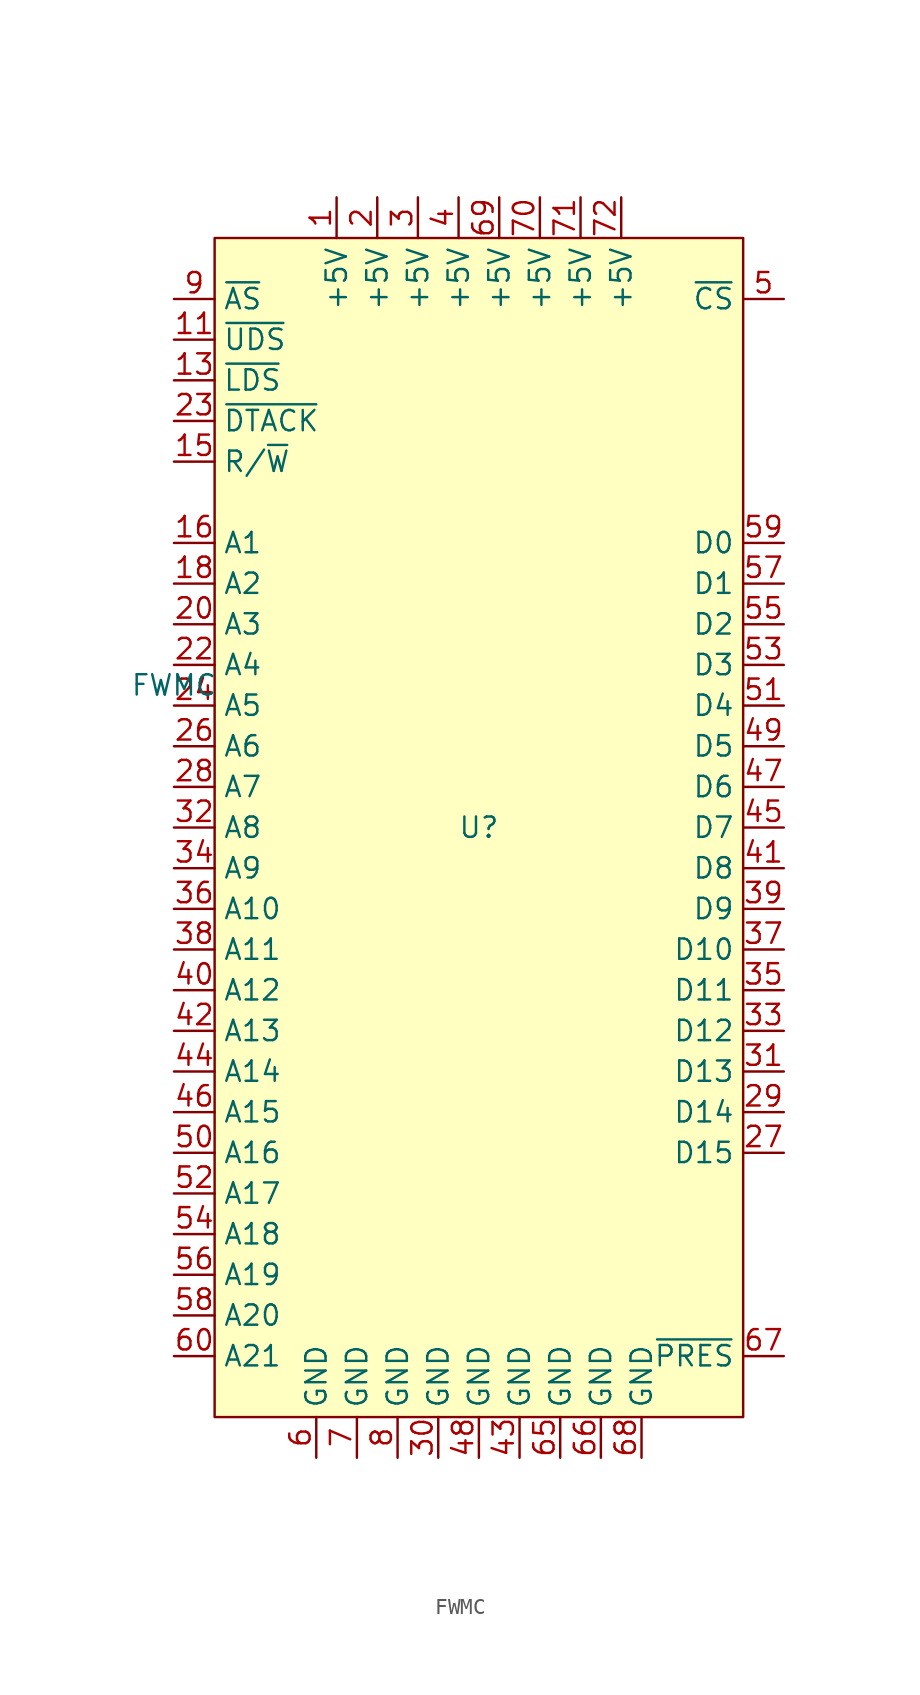
<source format=kicad_sym>
(kicad_symbol_lib
  (version 20220914)
  (generator kicad_symbol_editor)
  (symbol "FWMC"
    (property "Reference" "U"
      (at 0 0 0)
      (effects (font (size 1.27 1.27))))
    (property "Value" "FWMC"
      (at -19.05 8.89 0)
      (effects (font (size 1.27 1.27))))
    (symbol "FWMC_1_1"
      (rectangle (start -16.51 36.83) (end 16.51 -36.83) (stroke (width 0) (type default)) (fill (type background)))
      (pin power_in line (at -8.89 39.37 270) (length 2.54) (name "+5V" (effects (font (size 1.27 1.27)))) (number "1" (effects (font (size 1.27 1.27)))))
      (pin no_connect line (at 19.05 -30.48 180) (length 2.54) hide (name "NC" (effects (font (size 1.27 1.27)))) (number "10" (effects (font (size 1.27 1.27)))))
      (pin input line (at -19.05 30.48 0) (length 2.54) (name "~{UDS}" (effects (font (size 1.27 1.27)))) (number "11" (effects (font (size 1.27 1.27)))))
      (pin no_connect line (at 19.05 -30.48 180) (length 2.54) hide (name "NC" (effects (font (size 1.27 1.27)))) (number "12" (effects (font (size 1.27 1.27)))))
      (pin input line (at -19.05 27.94 0) (length 2.54) (name "~{LDS}" (effects (font (size 1.27 1.27)))) (number "13" (effects (font (size 1.27 1.27)))))
      (pin no_connect line (at 19.05 -30.48 180) (length 2.54) hide (name "NC" (effects (font (size 1.27 1.27)))) (number "14" (effects (font (size 1.27 1.27)))))
      (pin input line (at -19.05 22.86 0) (length 2.54) (name "R/~{W}" (effects (font (size 1.27 1.27)))) (number "15" (effects (font (size 1.27 1.27)))))
      (pin input line (at -19.05 17.78 0) (length 2.54) (name "A1" (effects (font (size 1.27 1.27)))) (number "16" (effects (font (size 1.27 1.27)))))
      (pin no_connect line (at 19.05 -30.48 180) (length 2.54) hide (name "NC" (effects (font (size 1.27 1.27)))) (number "17" (effects (font (size 1.27 1.27)))))
      (pin input line (at -19.05 15.24 0) (length 2.54) (name "A2" (effects (font (size 1.27 1.27)))) (number "18" (effects (font (size 1.27 1.27)))))
      (pin no_connect line (at 19.05 -30.48 180) (length 2.54) hide (name "NC" (effects (font (size 1.27 1.27)))) (number "19" (effects (font (size 1.27 1.27)))))
      (pin power_in line (at -6.35 39.37 270) (length 2.54) (name "+5V" (effects (font (size 1.27 1.27)))) (number "2" (effects (font (size 1.27 1.27)))))
      (pin input line (at -19.05 12.7 0) (length 2.54) (name "A3" (effects (font (size 1.27 1.27)))) (number "20" (effects (font (size 1.27 1.27)))))
      (pin no_connect line (at 19.05 -30.48 180) (length 2.54) hide (name "NC" (effects (font (size 1.27 1.27)))) (number "21" (effects (font (size 1.27 1.27)))))
      (pin input line (at -19.05 10.16 0) (length 2.54) (name "A4" (effects (font (size 1.27 1.27)))) (number "22" (effects (font (size 1.27 1.27)))))
      (pin output line (at -19.05 25.4 0) (length 2.54) (name "~{DTACK}" (effects (font (size 1.27 1.27)))) (number "23" (effects (font (size 1.27 1.27)))))
      (pin input line (at -19.05 7.62 0) (length 2.54) (name "A5" (effects (font (size 1.27 1.27)))) (number "24" (effects (font (size 1.27 1.27)))))
      (pin no_connect line (at 19.05 -30.48 180) (length 2.54) hide (name "NC" (effects (font (size 1.27 1.27)))) (number "25" (effects (font (size 1.27 1.27)))))
      (pin input line (at -19.05 5.08 0) (length 2.54) (name "A6" (effects (font (size 1.27 1.27)))) (number "26" (effects (font (size 1.27 1.27)))))
      (pin bidirectional line (at 19.05 -20.32 180) (length 2.54) (name "D15" (effects (font (size 1.27 1.27)))) (number "27" (effects (font (size 1.27 1.27)))))
      (pin input line (at -19.05 2.54 0) (length 2.54) (name "A7" (effects (font (size 1.27 1.27)))) (number "28" (effects (font (size 1.27 1.27)))))
      (pin bidirectional line (at 19.05 -17.78 180) (length 2.54) (name "D14" (effects (font (size 1.27 1.27)))) (number "29" (effects (font (size 1.27 1.27)))))
      (pin power_in line (at -3.81 39.37 270) (length 2.54) (name "+5V" (effects (font (size 1.27 1.27)))) (number "3" (effects (font (size 1.27 1.27)))))
      (pin power_in line (at -2.54 -39.37 90) (length 2.54) (name "GND" (effects (font (size 1.27 1.27)))) (number "30" (effects (font (size 1.27 1.27)))))
      (pin bidirectional line (at 19.05 -15.24 180) (length 2.54) (name "D13" (effects (font (size 1.27 1.27)))) (number "31" (effects (font (size 1.27 1.27)))))
      (pin input line (at -19.05 0 0) (length 2.54) (name "A8" (effects (font (size 1.27 1.27)))) (number "32" (effects (font (size 1.27 1.27)))))
      (pin bidirectional line (at 19.05 -12.7 180) (length 2.54) (name "D12" (effects (font (size 1.27 1.27)))) (number "33" (effects (font (size 1.27 1.27)))))
      (pin input line (at -19.05 -2.54 0) (length 2.54) (name "A9" (effects (font (size 1.27 1.27)))) (number "34" (effects (font (size 1.27 1.27)))))
      (pin bidirectional line (at 19.05 -10.16 180) (length 2.54) (name "D11" (effects (font (size 1.27 1.27)))) (number "35" (effects (font (size 1.27 1.27)))))
      (pin input line (at -19.05 -5.08 0) (length 2.54) (name "A10" (effects (font (size 1.27 1.27)))) (number "36" (effects (font (size 1.27 1.27)))))
      (pin bidirectional line (at 19.05 -7.62 180) (length 2.54) (name "D10" (effects (font (size 1.27 1.27)))) (number "37" (effects (font (size 1.27 1.27)))))
      (pin input line (at -19.05 -7.62 0) (length 2.54) (name "A11" (effects (font (size 1.27 1.27)))) (number "38" (effects (font (size 1.27 1.27)))))
      (pin bidirectional line (at 19.05 -5.08 180) (length 2.54) (name "D9" (effects (font (size 1.27 1.27)))) (number "39" (effects (font (size 1.27 1.27)))))
      (pin power_in line (at -1.27 39.37 270) (length 2.54) (name "+5V" (effects (font (size 1.27 1.27)))) (number "4" (effects (font (size 1.27 1.27)))))
      (pin input line (at -19.05 -10.16 0) (length 2.54) (name "A12" (effects (font (size 1.27 1.27)))) (number "40" (effects (font (size 1.27 1.27)))))
      (pin bidirectional line (at 19.05 -2.54 180) (length 2.54) (name "D8" (effects (font (size 1.27 1.27)))) (number "41" (effects (font (size 1.27 1.27)))))
      (pin input line (at -19.05 -12.7 0) (length 2.54) (name "A13" (effects (font (size 1.27 1.27)))) (number "42" (effects (font (size 1.27 1.27)))))
      (pin power_in line (at 2.54 -39.37 90) (length 2.54) (name "GND" (effects (font (size 1.27 1.27)))) (number "43" (effects (font (size 1.27 1.27)))))
      (pin input line (at -19.05 -15.24 0) (length 2.54) (name "A14" (effects (font (size 1.27 1.27)))) (number "44" (effects (font (size 1.27 1.27)))))
      (pin bidirectional line (at 19.05 0 180) (length 2.54) (name "D7" (effects (font (size 1.27 1.27)))) (number "45" (effects (font (size 1.27 1.27)))))
      (pin input line (at -19.05 -17.78 0) (length 2.54) (name "A15" (effects (font (size 1.27 1.27)))) (number "46" (effects (font (size 1.27 1.27)))))
      (pin bidirectional line (at 19.05 2.54 180) (length 2.54) (name "D6" (effects (font (size 1.27 1.27)))) (number "47" (effects (font (size 1.27 1.27)))))
      (pin power_in line (at 0 -39.37 90) (length 2.54) (name "GND" (effects (font (size 1.27 1.27)))) (number "48" (effects (font (size 1.27 1.27)))))
      (pin bidirectional line (at 19.05 5.08 180) (length 2.54) (name "D5" (effects (font (size 1.27 1.27)))) (number "49" (effects (font (size 1.27 1.27)))))
      (pin input line (at 19.05 33.02 180) (length 2.54) (name "~{CS}" (effects (font (size 1.27 1.27)))) (number "5" (effects (font (size 1.27 1.27)))))
      (pin input line (at -19.05 -20.32 0) (length 2.54) (name "A16" (effects (font (size 1.27 1.27)))) (number "50" (effects (font (size 1.27 1.27)))))
      (pin bidirectional line (at 19.05 7.62 180) (length 2.54) (name "D4" (effects (font (size 1.27 1.27)))) (number "51" (effects (font (size 1.27 1.27)))))
      (pin input line (at -19.05 -22.86 0) (length 2.54) (name "A17" (effects (font (size 1.27 1.27)))) (number "52" (effects (font (size 1.27 1.27)))))
      (pin bidirectional line (at 19.05 10.16 180) (length 2.54) (name "D3" (effects (font (size 1.27 1.27)))) (number "53" (effects (font (size 1.27 1.27)))))
      (pin input line (at -19.05 -25.4 0) (length 2.54) (name "A18" (effects (font (size 1.27 1.27)))) (number "54" (effects (font (size 1.27 1.27)))))
      (pin bidirectional line (at 19.05 12.7 180) (length 2.54) (name "D2" (effects (font (size 1.27 1.27)))) (number "55" (effects (font (size 1.27 1.27)))))
      (pin input line (at -19.05 -27.94 0) (length 2.54) (name "A19" (effects (font (size 1.27 1.27)))) (number "56" (effects (font (size 1.27 1.27)))))
      (pin bidirectional line (at 19.05 15.24 180) (length 2.54) (name "D1" (effects (font (size 1.27 1.27)))) (number "57" (effects (font (size 1.27 1.27)))))
      (pin input line (at -19.05 -30.48 0) (length 2.54) (name "A20" (effects (font (size 1.27 1.27)))) (number "58" (effects (font (size 1.27 1.27)))))
      (pin bidirectional line (at 19.05 17.78 180) (length 2.54) (name "D0" (effects (font (size 1.27 1.27)))) (number "59" (effects (font (size 1.27 1.27)))))
      (pin power_in line (at -10.16 -39.37 90) (length 2.54) (name "GND" (effects (font (size 1.27 1.27)))) (number "6" (effects (font (size 1.27 1.27)))))
      (pin input line (at -19.05 -33.02 0) (length 2.54) (name "A21" (effects (font (size 1.27 1.27)))) (number "60" (effects (font (size 1.27 1.27)))))
      (pin no_connect line (at 19.05 -30.48 180) (length 2.54) hide (name "NC" (effects (font (size 1.27 1.27)))) (number "61" (effects (font (size 1.27 1.27)))))
      (pin no_connect line (at 19.05 -30.48 180) (length 2.54) hide (name "NC" (effects (font (size 1.27 1.27)))) (number "62" (effects (font (size 1.27 1.27)))))
      (pin no_connect line (at 19.05 -30.48 180) (length 2.54) hide (name "NC" (effects (font (size 1.27 1.27)))) (number "63" (effects (font (size 1.27 1.27)))))
      (pin no_connect line (at 19.05 -30.48 180) (length 2.54) hide (name "NC" (effects (font (size 1.27 1.27)))) (number "64" (effects (font (size 1.27 1.27)))))
      (pin power_in line (at 5.08 -39.37 90) (length 2.54) (name "GND" (effects (font (size 1.27 1.27)))) (number "65" (effects (font (size 1.27 1.27)))))
      (pin power_in line (at 7.62 -39.37 90) (length 2.54) (name "GND" (effects (font (size 1.27 1.27)))) (number "66" (effects (font (size 1.27 1.27)))))
      (pin output line (at 19.05 -33.02 180) (length 2.54) (name "~{PRES}" (effects (font (size 1.27 1.27)))) (number "67" (effects (font (size 1.27 1.27)))))
      (pin power_in line (at 10.16 -39.37 90) (length 2.54) (name "GND" (effects (font (size 1.27 1.27)))) (number "68" (effects (font (size 1.27 1.27)))))
      (pin power_in line (at 1.27 39.37 270) (length 2.54) (name "+5V" (effects (font (size 1.27 1.27)))) (number "69" (effects (font (size 1.27 1.27)))))
      (pin power_in line (at -7.62 -39.37 90) (length 2.54) (name "GND" (effects (font (size 1.27 1.27)))) (number "7" (effects (font (size 1.27 1.27)))))
      (pin power_in line (at 3.81 39.37 270) (length 2.54) (name "+5V" (effects (font (size 1.27 1.27)))) (number "70" (effects (font (size 1.27 1.27)))))
      (pin power_in line (at 6.35 39.37 270) (length 2.54) (name "+5V" (effects (font (size 1.27 1.27)))) (number "71" (effects (font (size 1.27 1.27)))))
      (pin power_in line (at 8.89 39.37 270) (length 2.54) (name "+5V" (effects (font (size 1.27 1.27)))) (number "72" (effects (font (size 1.27 1.27)))))
      (pin power_in line (at -5.08 -39.37 90) (length 2.54) (name "GND" (effects (font (size 1.27 1.27)))) (number "8" (effects (font (size 1.27 1.27)))))
      (pin input line (at -19.05 33.02 0) (length 2.54) (name "~{AS}" (effects (font (size 1.27 1.27)))) (number "9" (effects (font (size 1.27 1.27))))))))
</source>
